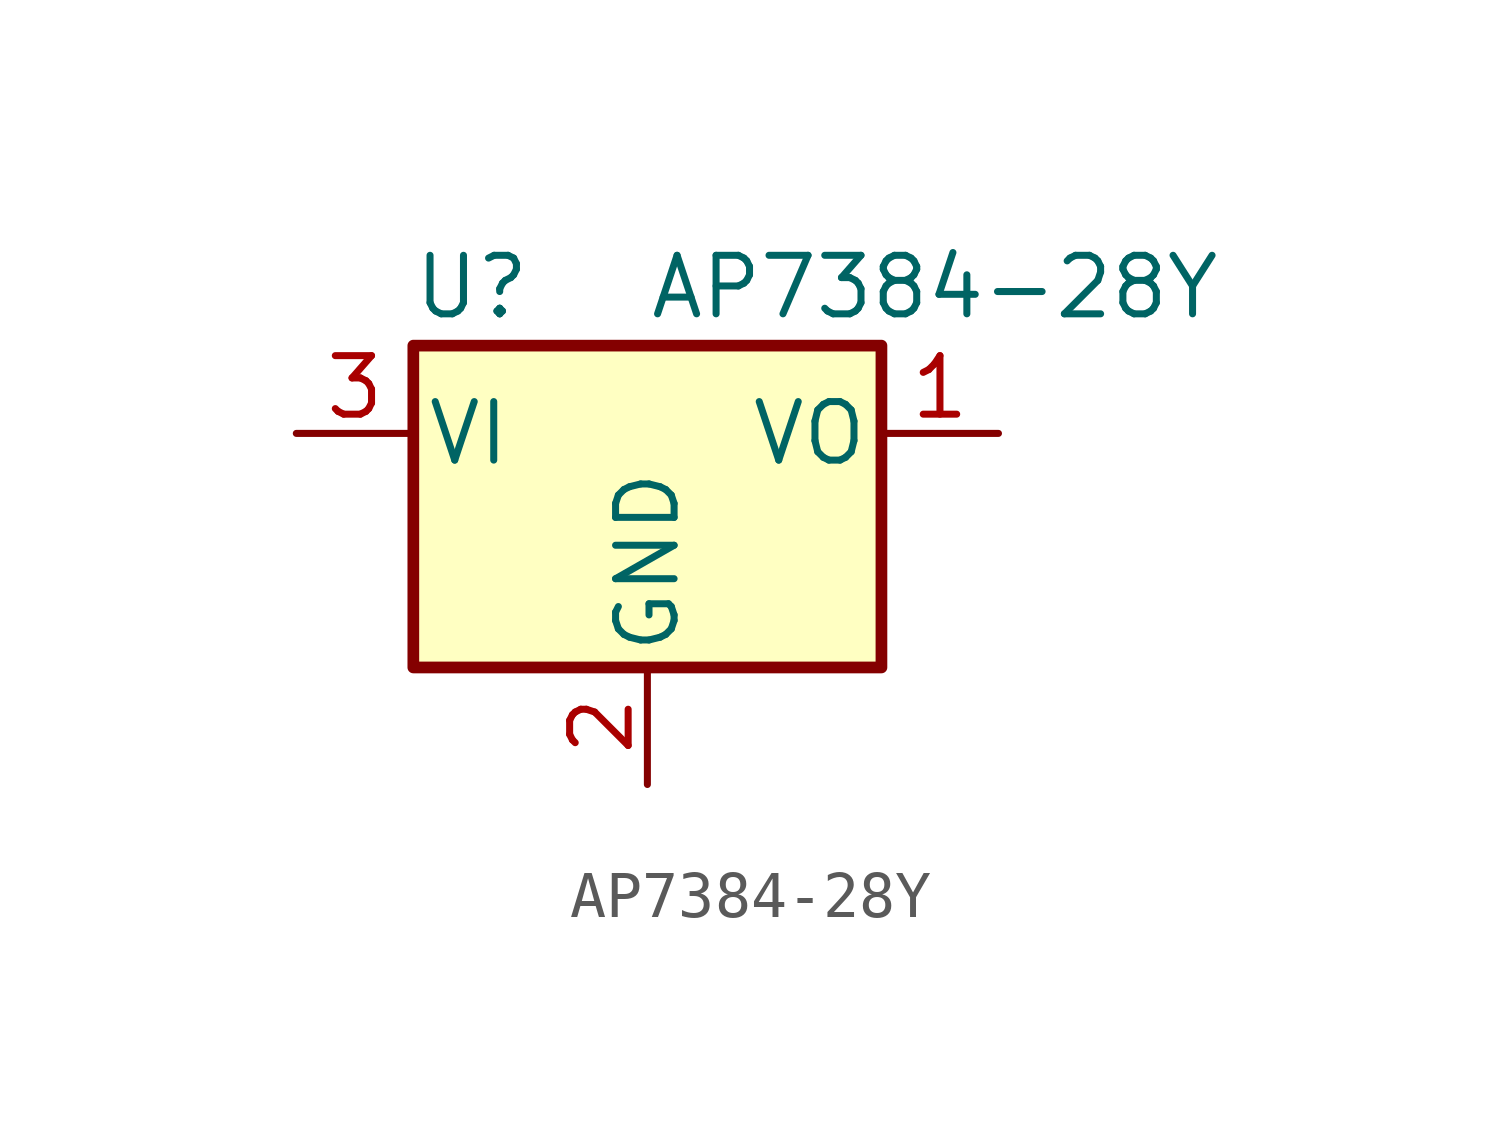
<source format=kicad_sym>
(kicad_symbol_lib
  (version 20220914)
  (generator kicad_symbol_editor)
  (symbol "AP7384-28Y"
    (pin_names
      (offset 0.254))
    (property "Reference" "U"
      (at -3.81 3.175 0)
      (effects (font (size 1.27 1.27))))
    (property "Value" "AP7384-28Y"
      (at 0 3.175 0)
      (effects (font (size 1.27 1.27)) (justify left)))
    (symbol "AP7384-28Y_0_1"
      (rectangle (start -5.08 1.905) (end 5.08 -5.08) (stroke (width 0.254) (type default)) (fill (type background))))
    (symbol "AP7384-28Y_1_1"
      (pin power_out line (at 7.62 0 180) (length 2.54) (name "VO" (effects (font (size 1.27 1.27)))) (number "1" (effects (font (size 1.27 1.27)))))
      (pin power_in line (at 0 -7.62 90) (length 2.54) (name "GND" (effects (font (size 1.27 1.27)))) (number "2" (effects (font (size 1.27 1.27)))))
      (pin power_in line (at -7.62 0 0) (length 2.54) (name "VI" (effects (font (size 1.27 1.27)))) (number "3" (effects (font (size 1.27 1.27))))))))
</source>
